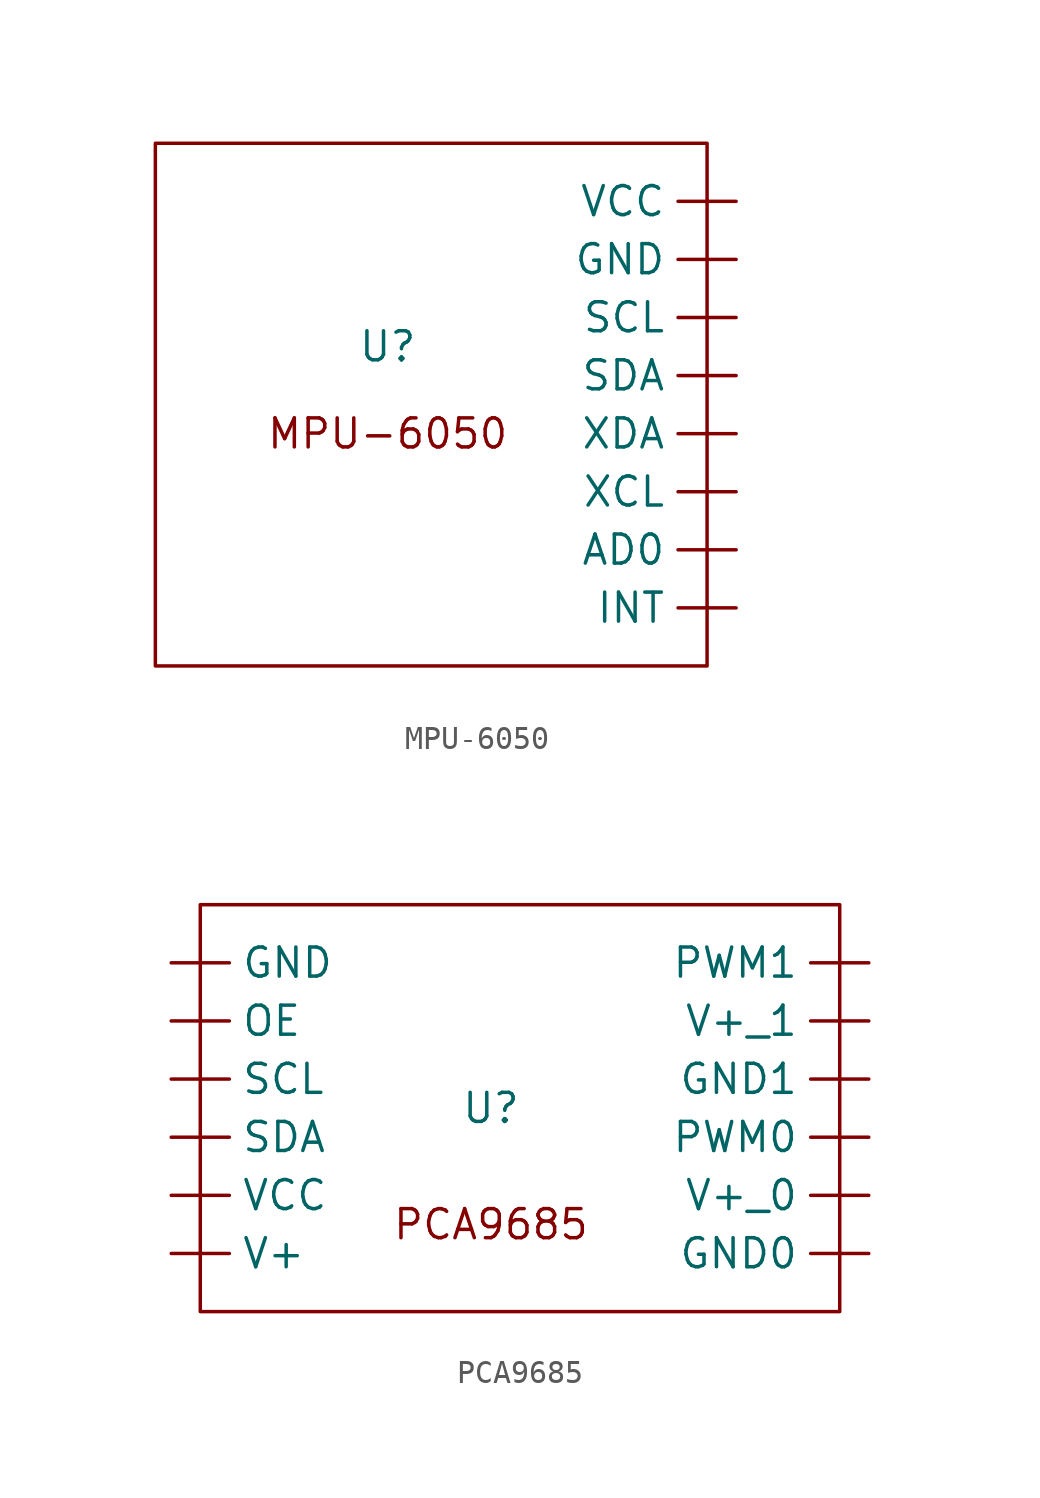
<source format=kicad_sym>
(kicad_symbol_lib
  (version 20220914)
  (generator kicad_symbol_editor)
  (symbol "MPU-6050"
    (property "Reference" "U"
      (at -17.78 -2.54 0)
      (effects (font (size 1.27 1.27))))
    (property "Value" ""
      (at 0 0 0)
      (effects (font (size 1.27 1.27))))
    (symbol "MPU-6050_1_1"
      (rectangle (start -27.94 6.35) (end -3.81 -16.51) (stroke (width 0) (type default)) (fill (type none)))
      (text "MPU-6050\n" (at -17.78 -6.35 0) (effects (font (size 1.27 1.27))))
      (pin input line (at -2.54 -11.43 180) (length 2.54) (name "AD0" (effects (font (size 1.27 1.27)))) (number "" (effects (font (size 1.27 1.27)))))
      (pin power_out line (at -2.54 1.27 180) (length 2.54) (name "GND" (effects (font (size 1.27 1.27)))) (number "" (effects (font (size 1.27 1.27)))))
      (pin input line (at -2.54 -13.97 180) (length 2.54) (name "INT" (effects (font (size 1.27 1.27)))) (number "" (effects (font (size 1.27 1.27)))))
      (pin input line (at -2.54 -1.27 180) (length 2.54) (name "SCL" (effects (font (size 1.27 1.27)))) (number "" (effects (font (size 1.27 1.27)))))
      (pin input line (at -2.54 -3.81 180) (length 2.54) (name "SDA" (effects (font (size 1.27 1.27)))) (number "" (effects (font (size 1.27 1.27)))))
      (pin power_out line (at -2.54 3.81 180) (length 2.54) (name "VCC" (effects (font (size 1.27 1.27)))) (number "" (effects (font (size 1.27 1.27)))))
      (pin input line (at -2.54 -8.89 180) (length 2.54) (name "XCL" (effects (font (size 1.27 1.27)))) (number "" (effects (font (size 1.27 1.27)))))
      (pin input line (at -2.54 -6.35 180) (length 2.54) (name "XDA" (effects (font (size 1.27 1.27)))) (number "" (effects (font (size 1.27 1.27)))))))
  (symbol "PCA9685"
    (property "Reference" "U"
      (at 13.97 3.81 0)
      (effects (font (size 1.27 1.27))))
    (property "Value" ""
      (at 0 0 0)
      (effects (font (size 1.27 1.27))))
    (symbol "PCA9685_0_1"
      (rectangle (start 1.27 12.7) (end 29.21 -5.08) (stroke (width 0) (type default)) (fill (type none))))
    (symbol "PCA9685_1_1"
      (text "PCA9685" (at 13.97 -1.27 0) (effects (font (size 1.27 1.27))))
      (pin power_in line (at 0 10.16 0) (length 2.54) (name "GND" (effects (font (size 1.27 1.27)))) (number "" (effects (font (size 1.27 1.27)))))
      (pin power_out line (at 30.48 -2.54 180) (length 2.54) (name "GND0" (effects (font (size 1.27 1.27)))) (number "" (effects (font (size 1.27 1.27)))))
      (pin power_out line (at 30.48 5.08 180) (length 2.54) (name "GND1" (effects (font (size 1.27 1.27)))) (number "" (effects (font (size 1.27 1.27)))))
      (pin input line (at 0 7.62 0) (length 2.54) (name "OE" (effects (font (size 1.27 1.27)))) (number "" (effects (font (size 1.27 1.27)))))
      (pin output line (at 30.48 2.54 180) (length 2.54) (name "PWM0" (effects (font (size 1.27 1.27)))) (number "" (effects (font (size 1.27 1.27)))))
      (pin output line (at 30.48 10.16 180) (length 2.54) (name "PWM1" (effects (font (size 1.27 1.27)))) (number "" (effects (font (size 1.27 1.27)))))
      (pin input line (at 0 5.08 0) (length 2.54) (name "SCL" (effects (font (size 1.27 1.27)))) (number "" (effects (font (size 1.27 1.27)))))
      (pin input line (at 0 2.54 0) (length 2.54) (name "SDA" (effects (font (size 1.27 1.27)))) (number "" (effects (font (size 1.27 1.27)))))
      (pin power_in line (at 0 -2.54 0) (length 2.54) (name "V+" (effects (font (size 1.27 1.27)))) (number "" (effects (font (size 1.27 1.27)))))
      (pin power_out line (at 30.48 0 180) (length 2.54) (name "V+_0" (effects (font (size 1.27 1.27)))) (number "" (effects (font (size 1.27 1.27)))))
      (pin power_out line (at 30.48 7.62 180) (length 2.54) (name "V+_1" (effects (font (size 1.27 1.27)))) (number "" (effects (font (size 1.27 1.27)))))
      (pin power_in line (at 0 0 0) (length 2.54) (name "VCC" (effects (font (size 1.27 1.27)))) (number "" (effects (font (size 1.27 1.27))))))))
</source>
